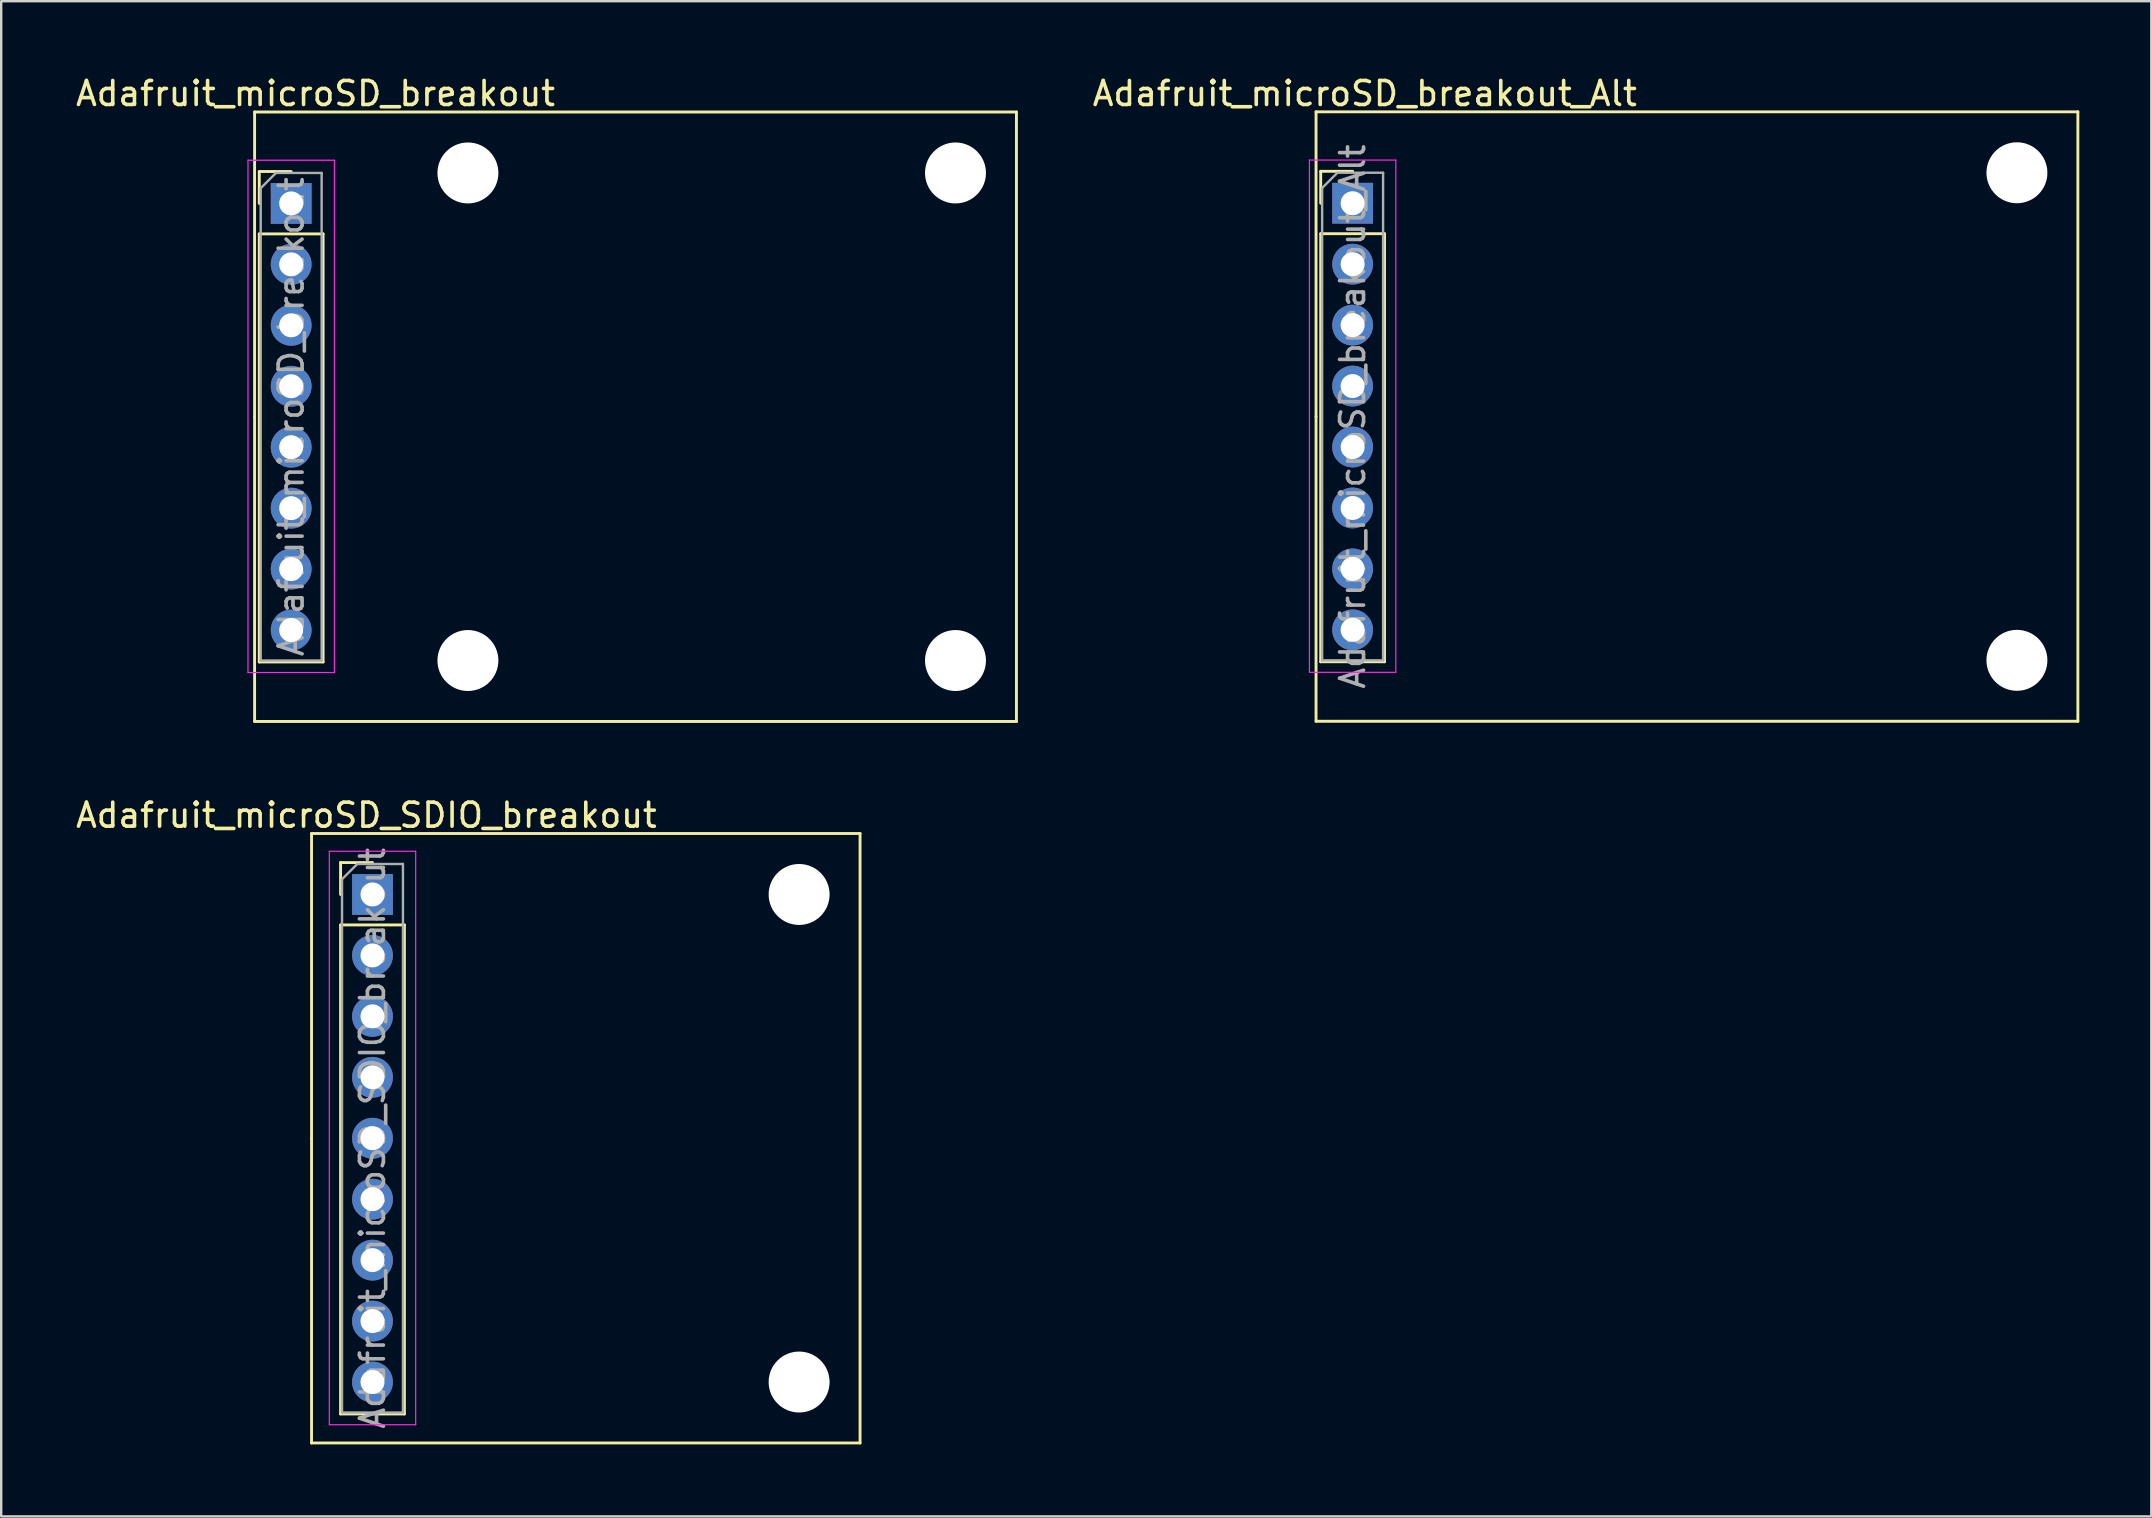
<source format=kicad_pcb>
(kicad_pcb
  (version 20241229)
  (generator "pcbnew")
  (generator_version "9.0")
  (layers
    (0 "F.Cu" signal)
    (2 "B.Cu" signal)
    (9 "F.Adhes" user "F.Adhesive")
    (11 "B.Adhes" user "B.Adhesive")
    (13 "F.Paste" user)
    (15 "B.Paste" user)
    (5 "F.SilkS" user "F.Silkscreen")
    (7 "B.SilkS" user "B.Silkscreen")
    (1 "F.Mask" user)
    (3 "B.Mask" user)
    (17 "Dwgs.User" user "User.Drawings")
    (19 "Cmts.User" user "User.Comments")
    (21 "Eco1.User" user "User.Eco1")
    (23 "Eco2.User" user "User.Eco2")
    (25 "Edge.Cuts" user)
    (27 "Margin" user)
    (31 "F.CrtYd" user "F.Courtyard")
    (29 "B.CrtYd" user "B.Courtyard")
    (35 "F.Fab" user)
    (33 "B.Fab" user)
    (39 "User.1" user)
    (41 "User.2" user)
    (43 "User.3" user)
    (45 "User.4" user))
  (footprint "Adafruit_microSD_SDIO_breakout"
    (layer "F.Cu")
    (at 12.474 34.228)
    (property "Reference" "Adafruit_microSD_SDIO_breakout" (at -0.254 -3.302 0) (layer "F.SilkS") (effects (font (size 1 1) (thickness 0.15))))
    (attr through_hole)
    (fp_line (start -2.54 -2.54) (end 20.32 -2.54) (stroke (width 0.12) (type solid)) (layer "F.SilkS"))
    (fp_line (start -2.54 10.16) (end -2.54 -2.54) (stroke (width 0.12) (type solid)) (layer "F.SilkS"))
    (fp_line (start -2.54 22.86) (end -2.54 10.16) (stroke (width 0.12) (type solid)) (layer "F.SilkS"))
    (fp_line (start -1.33 -1.33) (end 0 -1.33) (stroke (width 0.12) (type solid)) (layer "F.SilkS"))
    (fp_line (start -1.33 0) (end -1.33 -1.33) (stroke (width 0.12) (type solid)) (layer "F.SilkS"))
    (fp_line (start -1.33 1.27) (end -1.33 21.65) (stroke (width 0.12) (type solid)) (layer "F.SilkS"))
    (fp_line (start -1.33 1.27) (end 1.33 1.27) (stroke (width 0.12) (type solid)) (layer "F.SilkS"))
    (fp_line (start -1.33 21.65) (end 1.33 21.65) (stroke (width 0.12) (type solid)) (layer "F.SilkS"))
    (fp_line (start 1.33 1.27) (end 1.33 21.65) (stroke (width 0.12) (type solid)) (layer "F.SilkS"))
    (fp_line (start 20.32 -2.54) (end 20.32 22.86) (stroke (width 0.12) (type solid)) (layer "F.SilkS"))
    (fp_line (start 20.32 22.86) (end -2.54 22.86) (stroke (width 0.12) (type solid)) (layer "F.SilkS"))
    (fp_line (start -1.8 -1.8) (end -1.8 22.1) (stroke (width 0.05) (type solid)) (layer "F.CrtYd"))
    (fp_line (start -1.8 22.1) (end 1.8 22.1) (stroke (width 0.05) (type solid)) (layer "F.CrtYd"))
    (fp_line (start 1.8 -1.8) (end -1.8 -1.8) (stroke (width 0.05) (type solid)) (layer "F.CrtYd"))
    (fp_line (start 1.8 22.1) (end 1.8 -1.8) (stroke (width 0.05) (type solid)) (layer "F.CrtYd"))
    (fp_line (start -1.27 -0.635) (end -0.635 -1.27) (stroke (width 0.1) (type solid)) (layer "F.Fab"))
    (fp_line (start -1.27 21.59) (end -1.27 -0.635) (stroke (width 0.1) (type solid)) (layer "F.Fab"))
    (fp_line (start -0.635 -1.27) (end 1.27 -1.27) (stroke (width 0.1) (type solid)) (layer "F.Fab"))
    (fp_line (start 1.27 -1.27) (end 1.27 21.59) (stroke (width 0.1) (type solid)) (layer "F.Fab"))
    (fp_line (start 1.27 21.59) (end -1.27 21.59) (stroke (width 0.1) (type solid)) (layer "F.Fab"))
    (fp_text user "${REFERENCE}" (at 0 10.16 90) (layer "F.Fab") (effects (font (size 1 1) (thickness 0.15))))
    (pad "" np_thru_hole circle (at 17.78 0) (size 2.54 2.54) (drill 2.54) (layers "*.Cu" "*.Mask"))
    (pad "" np_thru_hole circle (at 17.78 20.32) (size 2.54 2.54) (drill 2.54) (layers "*.Cu" "*.Mask"))
    (pad "1" thru_hole rect (at 0 0) (size 1.7 1.7) (drill 1) (layers "*.Cu" "*.Mask"))
    (pad "2" thru_hole oval (at 0 2.54) (size 1.7 1.7) (drill 1) (layers "*.Cu" "*.Mask"))
    (pad "3" thru_hole oval (at 0 5.08) (size 1.7 1.7) (drill 1) (layers "*.Cu" "*.Mask"))
    (pad "4" thru_hole oval (at 0 7.62) (size 1.7 1.7) (drill 1) (layers "*.Cu" "*.Mask"))
    (pad "5" thru_hole oval (at 0 10.16) (size 1.7 1.7) (drill 1) (layers "*.Cu" "*.Mask"))
    (pad "6" thru_hole oval (at 0 12.7) (size 1.7 1.7) (drill 1) (layers "*.Cu" "*.Mask"))
    (pad "7" thru_hole oval (at 0 15.24) (size 1.7 1.7) (drill 1) (layers "*.Cu" "*.Mask"))
    (pad "8" thru_hole oval (at 0 17.78) (size 1.7 1.7) (drill 1) (layers "*.Cu" "*.Mask"))
    (pad "9" thru_hole oval (at 0 20.32) (size 1.7 1.7) (drill 1) (layers "*.Cu" "*.Mask")))
  (footprint "Adafruit_microSD_breakout"
    (layer "F.Cu")
    (at 9.085 5.428)
    (property "Reference" "Adafruit_microSD_breakout" (at 1.016 -4.58 0) (layer "F.SilkS") (effects (font (size 1 1) (thickness 0.15))))
    (attr through_hole)
    (fp_line (start -1.524 -3.81) (end 30.226 -3.81) (stroke (width 0.12) (type solid)) (layer "F.SilkS"))
    (fp_line (start -1.524 8.89) (end -1.524 -3.81) (stroke (width 0.12) (type solid)) (layer "F.SilkS"))
    (fp_line (start -1.524 21.59) (end -1.524 8.89) (stroke (width 0.12) (type solid)) (layer "F.SilkS"))
    (fp_line (start -1.33 -1.33) (end 0 -1.33) (stroke (width 0.12) (type solid)) (layer "F.SilkS"))
    (fp_line (start -1.33 0) (end -1.33 -1.33) (stroke (width 0.12) (type solid)) (layer "F.SilkS"))
    (fp_line (start -1.33 1.27) (end -1.33 19.11) (stroke (width 0.12) (type solid)) (layer "F.SilkS"))
    (fp_line (start -1.33 1.27) (end 1.33 1.27) (stroke (width 0.12) (type solid)) (layer "F.SilkS"))
    (fp_line (start -1.33 19.11) (end 1.33 19.11) (stroke (width 0.12) (type solid)) (layer "F.SilkS"))
    (fp_line (start 1.33 1.27) (end 1.33 19.11) (stroke (width 0.12) (type solid)) (layer "F.SilkS"))
    (fp_line (start 30.226 -3.81) (end 30.226 21.59) (stroke (width 0.12) (type solid)) (layer "F.SilkS"))
    (fp_line (start 30.226 21.59) (end -1.524 21.59) (stroke (width 0.12) (type solid)) (layer "F.SilkS"))
    (fp_line (start -1.8 -1.8) (end -1.8 19.55) (stroke (width 0.05) (type solid)) (layer "F.CrtYd"))
    (fp_line (start -1.8 19.55) (end 1.8 19.55) (stroke (width 0.05) (type solid)) (layer "F.CrtYd"))
    (fp_line (start 1.8 -1.8) (end -1.8 -1.8) (stroke (width 0.05) (type solid)) (layer "F.CrtYd"))
    (fp_line (start 1.8 19.55) (end 1.8 -1.8) (stroke (width 0.05) (type solid)) (layer "F.CrtYd"))
    (fp_line (start -1.27 -0.635) (end -0.635 -1.27) (stroke (width 0.1) (type solid)) (layer "F.Fab"))
    (fp_line (start -1.27 19.05) (end -1.27 -0.635) (stroke (width 0.1) (type solid)) (layer "F.Fab"))
    (fp_line (start -0.635 -1.27) (end 1.27 -1.27) (stroke (width 0.1) (type solid)) (layer "F.Fab"))
    (fp_line (start 1.27 -1.27) (end 1.27 19.05) (stroke (width 0.1) (type solid)) (layer "F.Fab"))
    (fp_line (start 1.27 19.05) (end -1.27 19.05) (stroke (width 0.1) (type solid)) (layer "F.Fab"))
    (fp_text user "${REFERENCE}" (at 0 8.89 90) (layer "F.Fab") (effects (font (size 1 1) (thickness 0.15))))
    (pad "" np_thru_hole circle (at 7.366 -1.27) (size 2.54 2.54) (drill 2.54) (layers "*.Cu" "*.Mask"))
    (pad "" np_thru_hole circle (at 7.366 19.05) (size 2.54 2.54) (drill 2.54) (layers "*.Cu" "*.Mask"))
    (pad "" np_thru_hole circle (at 27.686 -1.27) (size 2.54 2.54) (drill 2.54) (layers "*.Cu" "*.Mask"))
    (pad "" np_thru_hole circle (at 27.686 19.05) (size 2.54 2.54) (drill 2.54) (layers "*.Cu" "*.Mask"))
    (pad "1" thru_hole rect (at 0 0) (size 1.7 1.7) (drill 1) (layers "*.Cu" "*.Mask"))
    (pad "2" thru_hole oval (at 0 2.54) (size 1.7 1.7) (drill 1) (layers "*.Cu" "*.Mask"))
    (pad "3" thru_hole oval (at 0 5.08) (size 1.7 1.7) (drill 1) (layers "*.Cu" "*.Mask"))
    (pad "4" thru_hole oval (at 0 7.62) (size 1.7 1.7) (drill 1) (layers "*.Cu" "*.Mask"))
    (pad "5" thru_hole oval (at 0 10.16) (size 1.7 1.7) (drill 1) (layers "*.Cu" "*.Mask"))
    (pad "6" thru_hole oval (at 0 12.7) (size 1.7 1.7) (drill 1) (layers "*.Cu" "*.Mask"))
    (pad "7" thru_hole oval (at 0 15.24) (size 1.7 1.7) (drill 1) (layers "*.Cu" "*.Mask"))
    (pad "8" thru_hole oval (at 0 17.78) (size 1.7 1.7) (drill 1) (layers "*.Cu" "*.Mask")))
  (footprint "Adafruit_microSD_breakout_Alt"
    (layer "F.Cu")
    (at 53.322 5.42)
    (property "Reference" "Adafruit_microSD_breakout_Alt" (at 0.508 -4.572 0) (layer "F.SilkS") (effects (font (size 1 1) (thickness 0.15))))
    (attr through_hole)
    (fp_line (start -1.524 -3.81) (end 30.226 -3.81) (stroke (width 0.12) (type solid)) (layer "F.SilkS"))
    (fp_line (start -1.524 8.89) (end -1.524 -3.81) (stroke (width 0.12) (type solid)) (layer "F.SilkS"))
    (fp_line (start -1.524 21.59) (end -1.524 8.89) (stroke (width 0.12) (type solid)) (layer "F.SilkS"))
    (fp_line (start -1.33 -1.33) (end 0 -1.33) (stroke (width 0.12) (type solid)) (layer "F.SilkS"))
    (fp_line (start -1.33 0) (end -1.33 -1.33) (stroke (width 0.12) (type solid)) (layer "F.SilkS"))
    (fp_line (start -1.33 1.27) (end -1.33 19.11) (stroke (width 0.12) (type solid)) (layer "F.SilkS"))
    (fp_line (start -1.33 1.27) (end 1.33 1.27) (stroke (width 0.12) (type solid)) (layer "F.SilkS"))
    (fp_line (start -1.33 19.11) (end 1.33 19.11) (stroke (width 0.12) (type solid)) (layer "F.SilkS"))
    (fp_line (start 1.33 1.27) (end 1.33 19.11) (stroke (width 0.12) (type solid)) (layer "F.SilkS"))
    (fp_line (start 30.226 -3.81) (end 30.226 21.59) (stroke (width 0.12) (type solid)) (layer "F.SilkS"))
    (fp_line (start 30.226 21.59) (end -1.524 21.59) (stroke (width 0.12) (type solid)) (layer "F.SilkS"))
    (fp_line (start -1.8 -1.8) (end -1.8 19.55) (stroke (width 0.05) (type solid)) (layer "F.CrtYd"))
    (fp_line (start -1.8 19.55) (end 1.8 19.55) (stroke (width 0.05) (type solid)) (layer "F.CrtYd"))
    (fp_line (start 1.8 -1.8) (end -1.8 -1.8) (stroke (width 0.05) (type solid)) (layer "F.CrtYd"))
    (fp_line (start 1.8 19.55) (end 1.8 -1.8) (stroke (width 0.05) (type solid)) (layer "F.CrtYd"))
    (fp_line (start -1.27 -0.635) (end -0.635 -1.27) (stroke (width 0.1) (type solid)) (layer "F.Fab"))
    (fp_line (start -1.27 19.05) (end -1.27 -0.635) (stroke (width 0.1) (type solid)) (layer "F.Fab"))
    (fp_line (start -0.635 -1.27) (end 1.27 -1.27) (stroke (width 0.1) (type solid)) (layer "F.Fab"))
    (fp_line (start 1.27 -1.27) (end 1.27 19.05) (stroke (width 0.1) (type solid)) (layer "F.Fab"))
    (fp_line (start 1.27 19.05) (end -1.27 19.05) (stroke (width 0.1) (type solid)) (layer "F.Fab"))
    (fp_text user "${REFERENCE}" (at 0 8.89 90) (layer "F.Fab") (effects (font (size 1 1) (thickness 0.15))))
    (pad "" np_thru_hole circle (at 27.686 -1.27) (size 2.54 2.54) (drill 2.54) (layers "*.Cu" "*.Mask"))
    (pad "" np_thru_hole circle (at 27.686 19.05) (size 2.54 2.54) (drill 2.54) (layers "*.Cu" "*.Mask"))
    (pad "1" thru_hole rect (at 0 0) (size 1.7 1.7) (drill 1) (layers "*.Cu" "*.Mask"))
    (pad "2" thru_hole oval (at 0 2.54) (size 1.7 1.7) (drill 1) (layers "*.Cu" "*.Mask"))
    (pad "3" thru_hole oval (at 0 5.08) (size 1.7 1.7) (drill 1) (layers "*.Cu" "*.Mask"))
    (pad "4" thru_hole oval (at 0 7.62) (size 1.7 1.7) (drill 1) (layers "*.Cu" "*.Mask"))
    (pad "5" thru_hole oval (at 0 10.16) (size 1.7 1.7) (drill 1) (layers "*.Cu" "*.Mask"))
    (pad "6" thru_hole oval (at 0 12.7) (size 1.7 1.7) (drill 1) (layers "*.Cu" "*.Mask"))
    (pad "7" thru_hole oval (at 0 15.24) (size 1.7 1.7) (drill 1) (layers "*.Cu" "*.Mask"))
    (pad "8" thru_hole oval (at 0 17.78) (size 1.7 1.7) (drill 1) (layers "*.Cu" "*.Mask")))
  (gr_rect
    (start -3 -3)
    (end 86.608 60.148)
    (stroke (width 0.1) (type default))
    (fill no)
    (layer "Edge.Cuts")))
</source>
